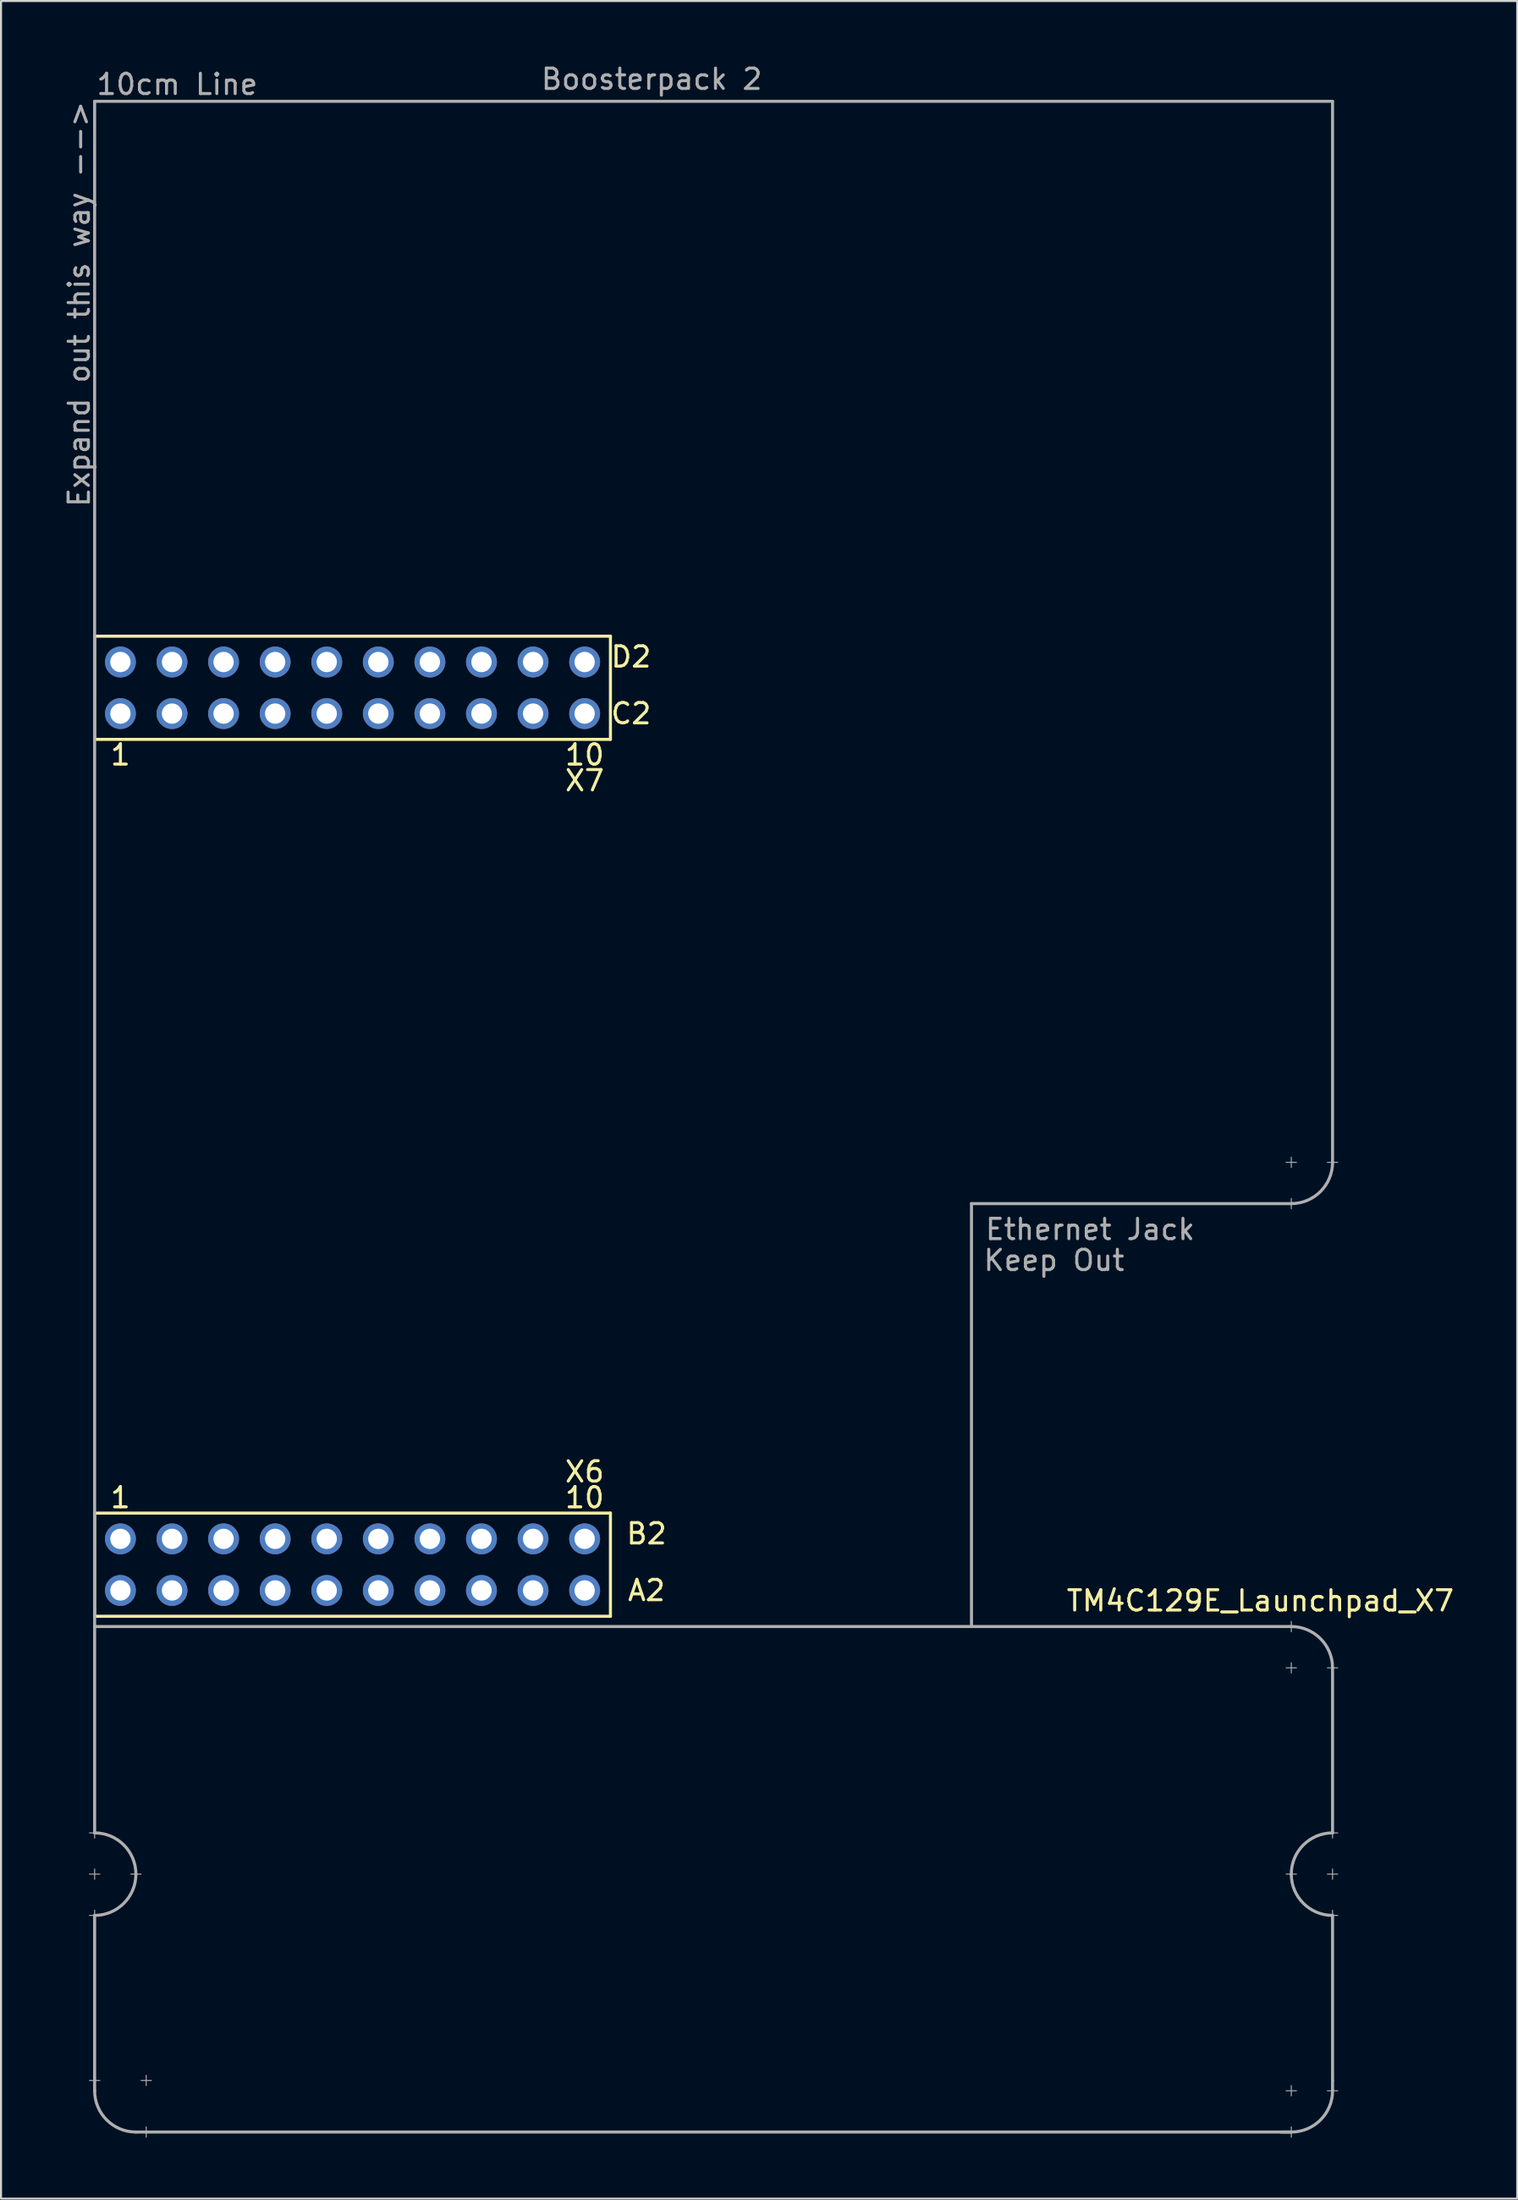
<source format=kicad_pcb>
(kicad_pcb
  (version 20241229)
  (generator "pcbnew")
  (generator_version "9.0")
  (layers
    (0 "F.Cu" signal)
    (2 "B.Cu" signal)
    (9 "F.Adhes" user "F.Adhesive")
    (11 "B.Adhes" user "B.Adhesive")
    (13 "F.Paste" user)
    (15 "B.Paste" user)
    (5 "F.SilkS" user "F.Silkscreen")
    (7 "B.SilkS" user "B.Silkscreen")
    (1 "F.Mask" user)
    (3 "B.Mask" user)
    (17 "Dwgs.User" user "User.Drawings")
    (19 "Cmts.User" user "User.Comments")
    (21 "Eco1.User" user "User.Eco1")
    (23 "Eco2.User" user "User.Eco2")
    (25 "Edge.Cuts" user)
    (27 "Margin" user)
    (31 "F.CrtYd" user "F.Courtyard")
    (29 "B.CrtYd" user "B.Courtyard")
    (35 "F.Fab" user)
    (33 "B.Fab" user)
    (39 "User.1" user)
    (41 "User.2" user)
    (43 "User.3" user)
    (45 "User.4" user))
  (footprint "TM4C129E_Launchpad_X7"
    (layer "F.Cu")
    (at 1.61 76.54)
    (property "Reference" "TM4C129E_Launchpad_X7" (at 57.404 -0.762 180) (layer "F.SilkS") (effects (font (size 1 1) (thickness 0.15))))
    (attr through_hole)
    (fp_line (start 0 -48.26) (end 0 -43.18) (stroke (width 0.15) (type solid)) (layer "F.SilkS"))
    (fp_line (start 0 -43.18) (end 25.4 -43.18) (stroke (width 0.15) (type solid)) (layer "F.SilkS"))
    (fp_line (start 0 -5.08) (end 0 0) (stroke (width 0.15) (type solid)) (layer "F.SilkS"))
    (fp_line (start 0 0) (end 25.4 0) (stroke (width 0.15) (type solid)) (layer "F.SilkS"))
    (fp_line (start 25.4 -48.26) (end 0 -48.26) (stroke (width 0.15) (type solid)) (layer "F.SilkS"))
    (fp_line (start 25.4 -43.18) (end 25.4 -48.26) (stroke (width 0.15) (type solid)) (layer "F.SilkS"))
    (fp_line (start 25.4 -5.08) (end 0 -5.08) (stroke (width 0.15) (type solid)) (layer "F.SilkS"))
    (fp_line (start 25.4 0) (end 25.4 -5.08) (stroke (width 0.15) (type solid)) (layer "F.SilkS"))
    (fp_line (start 0 -74.6) (end 60.96 -74.6) (stroke (width 0.15) (type solid)) (layer "F.Fab"))
    (fp_line (start 0 0) (end 0 -74.6) (stroke (width 0.15) (type solid)) (layer "F.Fab"))
    (fp_line (start 0 0) (end 0 10.668) (stroke (width 0.15) (type solid)) (layer "F.Fab"))
    (fp_line (start 0 0.508) (end 58.928 0.508) (stroke (width 0.15) (type solid)) (layer "F.Fab"))
    (fp_line (start 0 10.922) (end 0 10.414) (stroke (width 0.05) (type solid)) (layer "F.Fab"))
    (fp_line (start 0 12.954) (end 0 12.446) (stroke (width 0.05) (type solid)) (layer "F.Fab"))
    (fp_line (start 0 14.732) (end 0 22.86) (stroke (width 0.15) (type solid)) (layer "F.Fab"))
    (fp_line (start 0 14.986) (end 0 14.478) (stroke (width 0.05) (type solid)) (layer "F.Fab"))
    (fp_line (start 0 23.368) (end 0 22.835) (stroke (width 0.15) (type solid)) (layer "F.Fab"))
    (fp_line (start 0.254 10.668) (end -0.254 10.668) (stroke (width 0.05) (type solid)) (layer "F.Fab"))
    (fp_line (start 0.254 12.7) (end -0.254 12.7) (stroke (width 0.05) (type solid)) (layer "F.Fab"))
    (fp_line (start 0.254 14.732) (end -0.254 14.732) (stroke (width 0.05) (type solid)) (layer "F.Fab"))
    (fp_line (start 0.254 22.86) (end -0.254 22.86) (stroke (width 0.05) (type solid)) (layer "F.Fab"))
    (fp_line (start 2.032 25.4) (end 2.54 25.4) (stroke (width 0.15) (type solid)) (layer "F.Fab"))
    (fp_line (start 2.286 12.7) (end 1.778 12.7) (stroke (width 0.05) (type solid)) (layer "F.Fab"))
    (fp_line (start 2.54 23.114) (end 2.54 22.606) (stroke (width 0.05) (type solid)) (layer "F.Fab"))
    (fp_line (start 2.54 25.654) (end 2.54 25.146) (stroke (width 0.05) (type solid)) (layer "F.Fab"))
    (fp_line (start 2.794 22.86) (end 2.286 22.86) (stroke (width 0.05) (type solid)) (layer "F.Fab"))
    (fp_line (start 43.18 -20.32) (end 43.18 0.508) (stroke (width 0.15) (type solid)) (layer "F.Fab"))
    (fp_line (start 58.42 25.4) (end 58.928 25.4) (stroke (width 0.15) (type solid)) (layer "F.Fab"))
    (fp_line (start 58.674 -22.352) (end 59.182 -22.352) (stroke (width 0.05) (type solid)) (layer "F.Fab"))
    (fp_line (start 58.928 -22.098) (end 58.928 -22.606) (stroke (width 0.05) (type solid)) (layer "F.Fab"))
    (fp_line (start 58.928 -20.32) (end 43.18 -20.32) (stroke (width 0.15) (type solid)) (layer "F.Fab"))
    (fp_line (start 58.928 -20.066) (end 58.928 -20.574) (stroke (width 0.05) (type solid)) (layer "F.Fab"))
    (fp_line (start 58.928 0.762) (end 58.928 0.254) (stroke (width 0.05) (type solid)) (layer "F.Fab"))
    (fp_line (start 58.928 2.794) (end 58.928 2.286) (stroke (width 0.05) (type solid)) (layer "F.Fab"))
    (fp_line (start 58.928 23.622) (end 58.928 23.114) (stroke (width 0.05) (type solid)) (layer "F.Fab"))
    (fp_line (start 58.928 25.4) (end 2.54 25.4) (stroke (width 0.15) (type solid)) (layer "F.Fab"))
    (fp_line (start 58.928 25.654) (end 58.928 25.146) (stroke (width 0.05) (type solid)) (layer "F.Fab"))
    (fp_line (start 59.182 2.54) (end 58.674 2.54) (stroke (width 0.05) (type solid)) (layer "F.Fab"))
    (fp_line (start 59.182 12.7) (end 58.674 12.7) (stroke (width 0.05) (type solid)) (layer "F.Fab"))
    (fp_line (start 59.182 23.368) (end 58.674 23.368) (stroke (width 0.05) (type solid)) (layer "F.Fab"))
    (fp_line (start 60.706 -22.352) (end 61.214 -22.352) (stroke (width 0.05) (type solid)) (layer "F.Fab"))
    (fp_line (start 60.96 -74.6) (end 60.96 -22.352) (stroke (width 0.15) (type solid)) (layer "F.Fab"))
    (fp_line (start 60.96 2.54) (end 60.96 10.668) (stroke (width 0.15) (type solid)) (layer "F.Fab"))
    (fp_line (start 60.96 10.922) (end 60.96 10.414) (stroke (width 0.05) (type solid)) (layer "F.Fab"))
    (fp_line (start 60.96 12.954) (end 60.96 12.446) (stroke (width 0.05) (type solid)) (layer "F.Fab"))
    (fp_line (start 60.96 14.732) (end 60.96 22.86) (stroke (width 0.15) (type solid)) (layer "F.Fab"))
    (fp_line (start 60.96 14.986) (end 60.96 14.478) (stroke (width 0.05) (type solid)) (layer "F.Fab"))
    (fp_line (start 60.96 23.368) (end 60.96 22.86) (stroke (width 0.15) (type solid)) (layer "F.Fab"))
    (fp_line (start 61.214 2.54) (end 60.706 2.54) (stroke (width 0.05) (type solid)) (layer "F.Fab"))
    (fp_line (start 61.214 10.668) (end 60.706 10.668) (stroke (width 0.05) (type solid)) (layer "F.Fab"))
    (fp_line (start 61.214 12.7) (end 60.706 12.7) (stroke (width 0.05) (type solid)) (layer "F.Fab"))
    (fp_line (start 61.214 14.732) (end 60.706 14.732) (stroke (width 0.05) (type solid)) (layer "F.Fab"))
    (fp_line (start 61.214 23.368) (end 60.706 23.368) (stroke (width 0.05) (type solid)) (layer "F.Fab"))
    (fp_arc (start 0 10.668) (mid 1.436841 11.263159) (end 2.032 12.7) (stroke (width 0.15) (type solid)) (layer "F.Fab"))
    (fp_arc (start 2.032 12.7) (mid 1.436841 14.136841) (end 0 14.732) (stroke (width 0.15) (type solid)) (layer "F.Fab"))
    (fp_arc (start 2.032 25.4) (mid 0.595159 24.804841) (end 0 23.368) (stroke (width 0.15) (type solid)) (layer "F.Fab"))
    (fp_arc (start 58.928 0.508) (mid 60.364841 1.103159) (end 60.96 2.54) (stroke (width 0.15) (type solid)) (layer "F.Fab"))
    (fp_arc (start 58.928 12.7) (mid 59.523159 11.263159) (end 60.96 10.668) (stroke (width 0.15) (type solid)) (layer "F.Fab"))
    (fp_arc (start 60.96 -22.352) (mid 60.364841 -20.915159) (end 58.928 -20.32) (stroke (width 0.15) (type solid)) (layer "F.Fab"))
    (fp_arc (start 60.96 14.732) (mid 59.523159 14.136841) (end 58.928 12.7) (stroke (width 0.15) (type solid)) (layer "F.Fab"))
    (fp_arc (start 60.96 23.368) (mid 60.364841 24.804841) (end 58.928 25.4) (stroke (width 0.15) (type solid)) (layer "F.Fab"))
    (fp_text user "X6" (at 24.13 -7.112 0) (layer "F.SilkS") (effects (font (size 1 1) (thickness 0.15))))
    (fp_text user "D2" (at 26.416 -47.244 0) (layer "F.SilkS") (effects (font (size 1 1) (thickness 0.15))))
    (fp_text user "B2" (at 27.178 -4.064 180) (layer "F.SilkS") (effects (font (size 1 1) (thickness 0.15))))
    (fp_text user "1" (at 1.27 -5.842 180) (layer "F.SilkS") (effects (font (size 1 1) (thickness 0.15))))
    (fp_text user "X7" (at 24.13 -41.148 180) (layer "F.SilkS") (effects (font (size 1 1) (thickness 0.15))))
    (fp_text user "1" (at 1.27 -42.418 180) (layer "F.SilkS") (effects (font (size 1 1) (thickness 0.15))))
    (fp_text user "A2" (at 27.178 -1.27 180) (layer "F.SilkS") (effects (font (size 1 1) (thickness 0.15))))
    (fp_text user "10" (at 24.13 -42.418 180) (layer "F.SilkS") (effects (font (size 1 1) (thickness 0.15))))
    (fp_text user "10" (at 24.13 -5.842 180) (layer "F.SilkS") (effects (font (size 1 1) (thickness 0.15))))
    (fp_text user "C2" (at 26.416 -44.45 180) (layer "F.SilkS") (effects (font (size 1 1) (thickness 0.15))))
    (fp_text user "Expand out this way -->" (at -0.762 -64.618 90) (layer "F.Fab") (effects (font (size 1 1) (thickness 0.15))))
    (fp_text user "Boosterpack 2" (at 27.432 -75.692 0) (layer "F.Fab") (effects (font (size 1 1) (thickness 0.15))))
    (fp_text user "Keep Out" (at 47.244 -17.526 0) (layer "F.Fab") (effects (font (size 1 1) (thickness 0.15))))
    (fp_text user "Ethernet Jack" (at 49.022 -19.05 0) (layer "F.Fab") (effects (font (size 1 1) (thickness 0.15))))
    (fp_text user "10cm Line" (at 4.064 -75.438 0) (layer "F.Fab") (effects (font (size 1 1) (thickness 0.15))))
    (pad "+3V3" thru_hole circle (at 1.27 -1.27 180) (size 1.52 1.52) (drill 1) (layers "*.Cu" "*.Mask" "F.Paste"))
    (pad "+5V" thru_hole circle (at 1.27 -3.81 180) (size 1.52 1.52) (drill 1) (layers "*.Cu" "*.Mask" "F.Paste"))
    (pad "GND" thru_hole circle (at 1.27 -46.99 180) (size 1.52 1.52) (drill 1) (layers "*.Cu" "*.Mask" "F.Paste"))
    (pad "GND" thru_hole circle (at 3.81 -3.81 180) (size 1.52 1.52) (drill 1) (layers "*.Cu" "*.Mask" "F.Paste"))
    (pad "PA4" thru_hole circle (at 21.59 -3.81 180) (size 1.52 1.52) (drill 1) (layers "*.Cu" "*.Mask" "F.Paste"))
    (pad "PA5" thru_hole circle (at 24.13 -3.81 180) (size 1.52 1.52) (drill 1) (layers "*.Cu" "*.Mask" "F.Paste"))
    (pad "PA7" thru_hole circle (at 8.89 -46.99 180) (size 1.52 1.52) (drill 1) (layers "*.Cu" "*.Mask" "F.Paste"))
    (pad "PB4" thru_hole circle (at 6.35 -3.81 180) (size 1.52 1.52) (drill 1) (layers "*.Cu" "*.Mask" "F.Paste"))
    (pad "PB5" thru_hole circle (at 8.89 -3.81 180) (size 1.52 1.52) (drill 1) (layers "*.Cu" "*.Mask" "F.Paste"))
    (pad "PD2" thru_hole circle (at 3.81 -1.27 180) (size 1.52 1.52) (drill 1) (layers "*.Cu" "*.Mask" "F.Paste"))
    (pad "PD4" thru_hole circle (at 11.43 -1.27 180) (size 1.52 1.52) (drill 1) (layers "*.Cu" "*.Mask" "F.Paste"))
    (pad "PD5" thru_hole circle (at 13.97 -1.27 180) (size 1.52 1.52) (drill 1) (layers "*.Cu" "*.Mask" "F.Paste"))
    (pad "PG1" thru_hole circle (at 1.27 -44.45 180) (size 1.52 1.52) (drill 1) (layers "*.Cu" "*.Mask" "F.Paste"))
    (pad "PH0" thru_hole circle (at 16.51 -44.45 180) (size 1.52 1.52) (drill 1) (layers "*.Cu" "*.Mask" "F.Paste"))
    (pad "PH1" thru_hole circle (at 19.05 -44.45 180) (size 1.52 1.52) (drill 1) (layers "*.Cu" "*.Mask" "F.Paste"))
    (pad "PK0" thru_hole circle (at 11.43 -3.81 180) (size 1.52 1.52) (drill 1) (layers "*.Cu" "*.Mask" "F.Paste"))
    (pad "PK1" thru_hole circle (at 13.97 -3.81 180) (size 1.52 1.52) (drill 1) (layers "*.Cu" "*.Mask" "F.Paste"))
    (pad "PK2" thru_hole circle (at 16.51 -3.81 180) (size 1.52 1.52) (drill 1) (layers "*.Cu" "*.Mask" "F.Paste"))
    (pad "PK3" thru_hole circle (at 19.05 -3.81 180) (size 1.52 1.52) (drill 1) (layers "*.Cu" "*.Mask" "F.Paste"))
    (pad "PK4" thru_hole circle (at 3.81 -44.45 180) (size 1.52 1.52) (drill 1) (layers "*.Cu" "*.Mask" "F.Paste"))
    (pad "PK5" thru_hole circle (at 6.35 -44.45 180) (size 1.52 1.52) (drill 1) (layers "*.Cu" "*.Mask" "F.Paste"))
    (pad "PK6" thru_hole circle (at 21.59 -44.45 180) (size 1.52 1.52) (drill 1) (layers "*.Cu" "*.Mask" "F.Paste"))
    (pad "PK7" thru_hole circle (at 24.13 -44.45 180) (size 1.52 1.52) (drill 1) (layers "*.Cu" "*.Mask" "F.Paste"))
    (pad "PM0" thru_hole circle (at 8.89 -44.45 180) (size 1.52 1.52) (drill 1) (layers "*.Cu" "*.Mask" "F.Paste"))
    (pad "PM1" thru_hole circle (at 11.43 -44.45 180) (size 1.52 1.52) (drill 1) (layers "*.Cu" "*.Mask" "F.Paste"))
    (pad "PM2" thru_hole circle (at 13.97 -44.45 180) (size 1.52 1.52) (drill 1) (layers "*.Cu" "*.Mask" "F.Paste"))
    (pad "PM6" thru_hole circle (at 24.13 -46.99 180) (size 1.52 1.52) (drill 1) (layers "*.Cu" "*.Mask" "F.Paste"))
    (pad "PM7" thru_hole circle (at 3.81 -46.99 180) (size 1.52 1.52) (drill 1) (layers "*.Cu" "*.Mask" "F.Paste"))
    (pad "PN4" thru_hole circle (at 24.13 -1.27 180) (size 1.52 1.52) (drill 1) (layers "*.Cu" "*.Mask" "F.Paste"))
    (pad "PN5" thru_hole circle (at 21.59 -1.27 180) (size 1.52 1.52) (drill 1) (layers "*.Cu" "*.Mask" "F.Paste"))
    (pad "PP0" thru_hole circle (at 6.35 -1.27 180) (size 1.52 1.52) (drill 1) (layers "*.Cu" "*.Mask" "F.Paste"))
    (pad "PP1" thru_hole circle (at 8.89 -1.27 180) (size 1.52 1.52) (drill 1) (layers "*.Cu" "*.Mask" "F.Paste"))
    (pad "PP3" thru_hole circle (at 19.05 -46.99 180) (size 1.52 1.52) (drill 1) (layers "*.Cu" "*.Mask" "F.Paste"))
    (pad "PP4" thru_hole circle (at 19.05 -1.27 180) (size 1.52 1.52) (drill 1) (layers "*.Cu" "*.Mask" "F.Paste"))
    (pad "PP5" thru_hole circle (at 6.35 -46.99 180) (size 1.52 1.52) (drill 1) (layers "*.Cu" "*.Mask" "F.Paste"))
    (pad "PQ0" thru_hole circle (at 16.51 -1.27 180) (size 1.52 1.52) (drill 1) (layers "*.Cu" "*.Mask" "F.Paste"))
    (pad "PQ1" thru_hole circle (at 21.59 -46.99 180) (size 1.52 1.52) (drill 1) (layers "*.Cu" "*.Mask" "F.Paste"))
    (pad "PQ2" thru_hole circle (at 13.97 -46.99 180) (size 1.52 1.52) (drill 1) (layers "*.Cu" "*.Mask" "F.Paste"))
    (pad "PQ3" thru_hole circle (at 16.51 -46.99 180) (size 1.52 1.52) (drill 1) (layers "*.Cu" "*.Mask" "F.Paste"))
    (pad "Rese" thru_hole circle (at 11.43 -46.99 180) (size 1.52 1.52) (drill 1) (layers "*.Cu" "*.Mask" "F.Paste")))
  (gr_rect
    (start -3 -3)
    (end 71.663 105.219)
    (stroke (width 0.1) (type default))
    (fill no)
    (layer "Edge.Cuts")))
</source>
